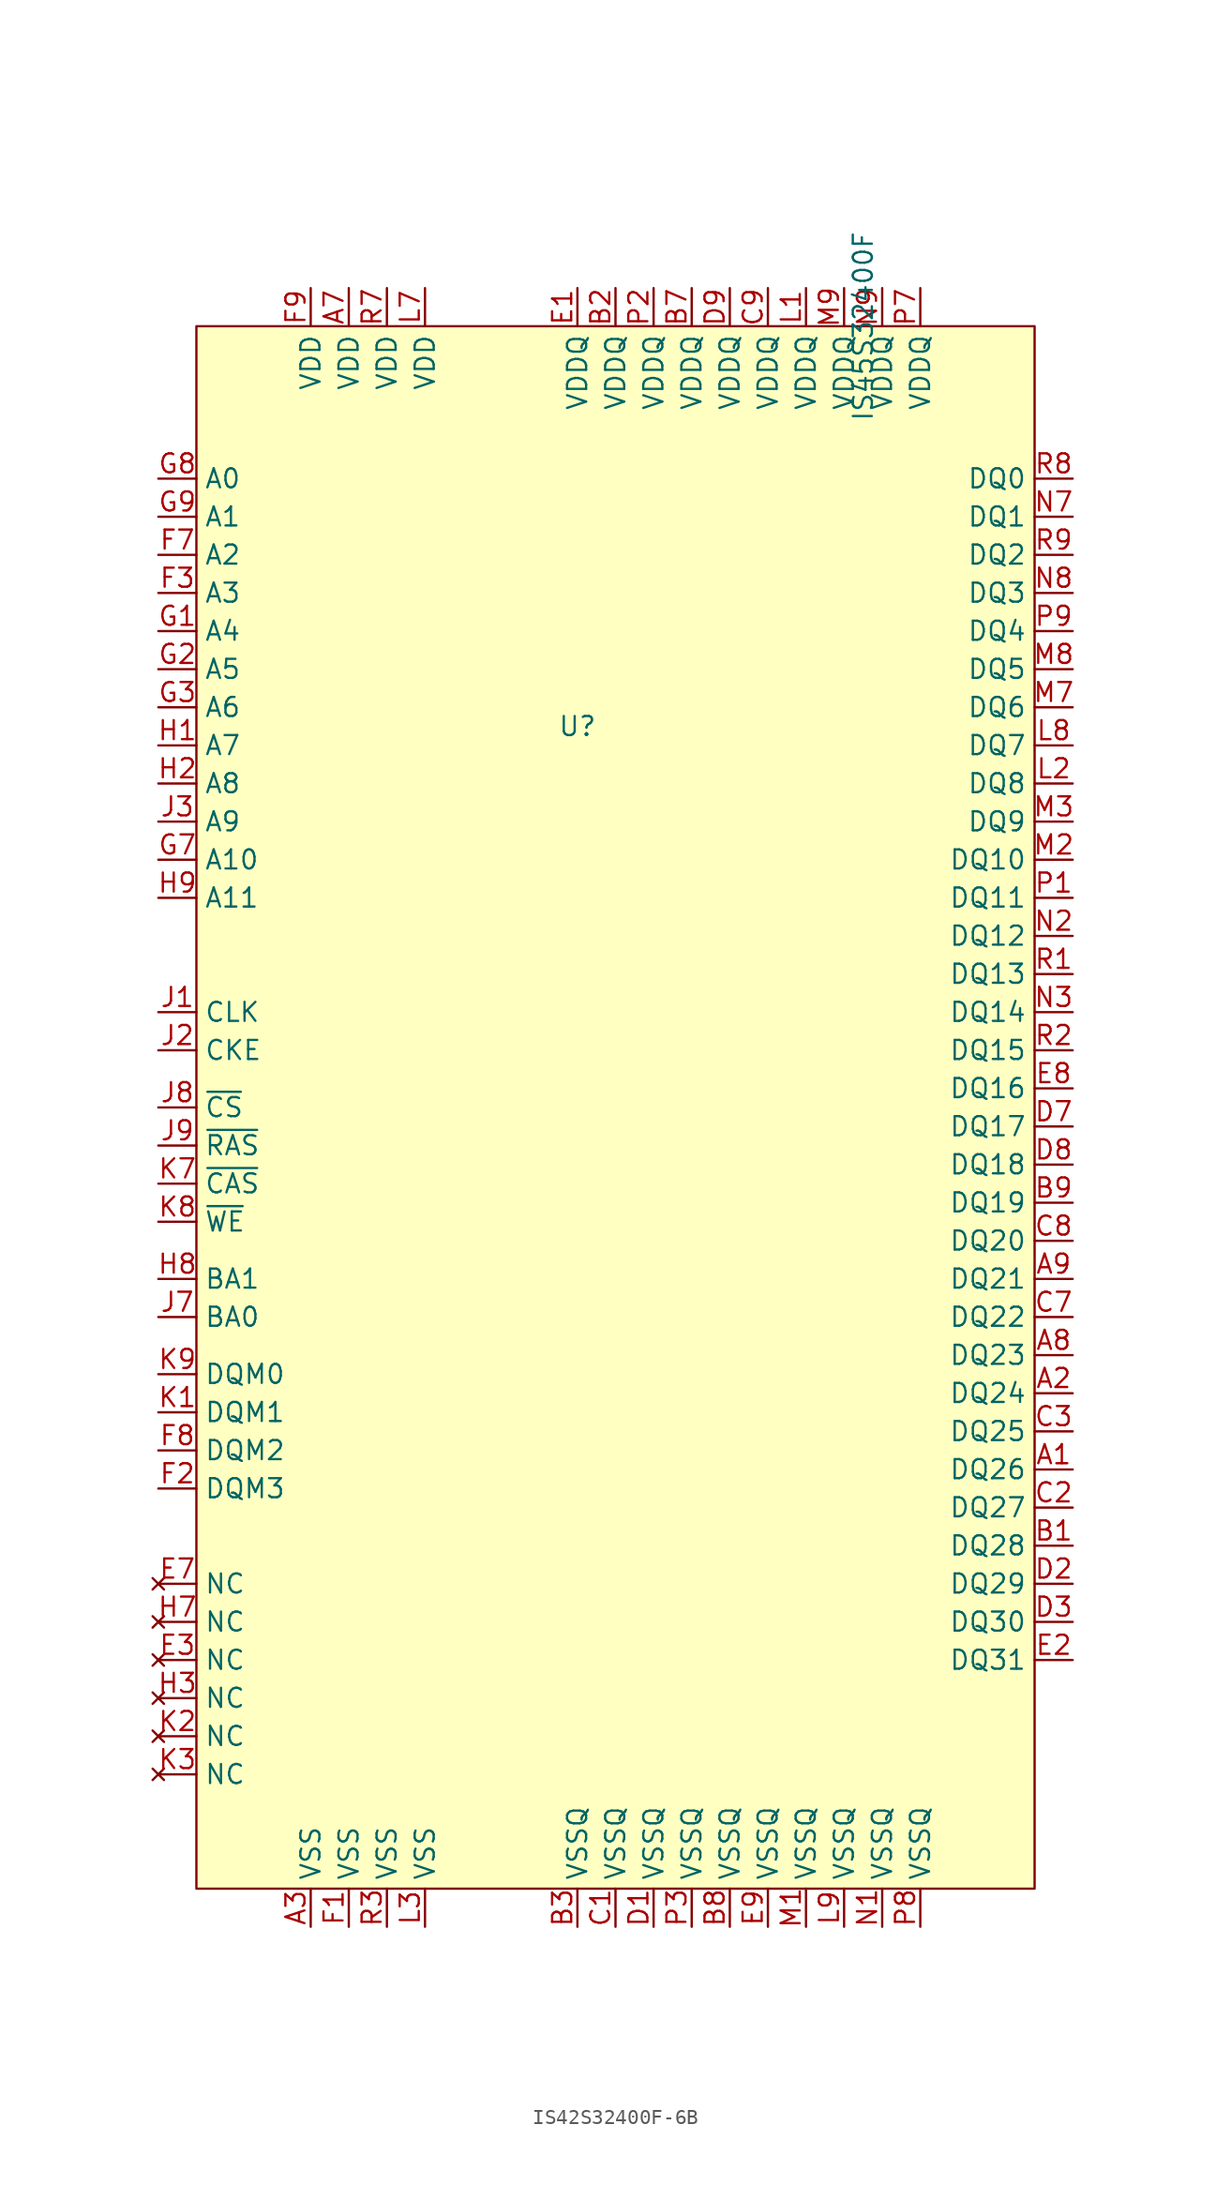
<source format=kicad_sym>
(kicad_symbol_lib
  (version 20220914)
  (generator kicad_symbol_editor)
  (symbol "IS42S32400F-6B"
    (property "Reference" "U"
      (at 27.94 -16.51 0)
      (effects (font (size 1.27 1.27))))
    (property "Value" "IS45S32400F"
      (at 46.99 10.16 90)
      (effects (font (size 1.27 1.27))))
    (symbol "IS42S32400F-6B_0_0"
      (pin bidirectional line (at 60.96 -66.04 180) (length 2.54) (name "DQ26" (effects (font (size 1.27 1.27)))) (number "A1" (effects (font (size 1.27 1.27)))))
      (pin bidirectional line (at 60.96 -60.96 180) (length 2.54) (name "DQ24" (effects (font (size 1.27 1.27)))) (number "A2" (effects (font (size 1.27 1.27)))))
      (pin passive line (at 10.16 -96.52 90) (length 2.54) (name "VSS" (effects (font (size 1.27 1.27)))) (number "A3" (effects (font (size 1.27 1.27)))))
      (pin power_in line (at 12.7 12.7 270) (length 2.54) (name "VDD" (effects (font (size 1.27 1.27)))) (number "A7" (effects (font (size 1.27 1.27)))))
      (pin bidirectional line (at 60.96 -58.42 180) (length 2.54) (name "DQ23" (effects (font (size 1.27 1.27)))) (number "A8" (effects (font (size 1.27 1.27)))))
      (pin bidirectional line (at 60.96 -53.34 180) (length 2.54) (name "DQ21" (effects (font (size 1.27 1.27)))) (number "A9" (effects (font (size 1.27 1.27)))))
      (pin bidirectional line (at 60.96 -71.12 180) (length 2.54) (name "DQ28" (effects (font (size 1.27 1.27)))) (number "B1" (effects (font (size 1.27 1.27)))))
      (pin power_in line (at 30.48 12.7 270) (length 2.54) (name "VDDQ" (effects (font (size 1.27 1.27)))) (number "B2" (effects (font (size 1.27 1.27)))))
      (pin passive line (at 27.94 -96.52 90) (length 2.54) (name "VSSQ" (effects (font (size 1.27 1.27)))) (number "B3" (effects (font (size 1.27 1.27)))))
      (pin power_in line (at 35.56 12.7 270) (length 2.54) (name "VDDQ" (effects (font (size 1.27 1.27)))) (number "B7" (effects (font (size 1.27 1.27)))))
      (pin passive line (at 38.1 -96.52 90) (length 2.54) (name "VSSQ" (effects (font (size 1.27 1.27)))) (number "B8" (effects (font (size 1.27 1.27)))))
      (pin bidirectional line (at 60.96 -48.26 180) (length 2.54) (name "DQ19" (effects (font (size 1.27 1.27)))) (number "B9" (effects (font (size 1.27 1.27)))))
      (pin passive line (at 30.48 -96.52 90) (length 2.54) (name "VSSQ" (effects (font (size 1.27 1.27)))) (number "C1" (effects (font (size 1.27 1.27)))))
      (pin bidirectional line (at 60.96 -68.58 180) (length 2.54) (name "DQ27" (effects (font (size 1.27 1.27)))) (number "C2" (effects (font (size 1.27 1.27)))))
      (pin bidirectional line (at 60.96 -63.5 180) (length 2.54) (name "DQ25" (effects (font (size 1.27 1.27)))) (number "C3" (effects (font (size 1.27 1.27)))))
      (pin bidirectional line (at 60.96 -55.88 180) (length 2.54) (name "DQ22" (effects (font (size 1.27 1.27)))) (number "C7" (effects (font (size 1.27 1.27)))))
      (pin bidirectional line (at 60.96 -50.8 180) (length 2.54) (name "DQ20" (effects (font (size 1.27 1.27)))) (number "C8" (effects (font (size 1.27 1.27)))))
      (pin power_in line (at 40.64 12.7 270) (length 2.54) (name "VDDQ" (effects (font (size 1.27 1.27)))) (number "C9" (effects (font (size 1.27 1.27)))))
      (pin passive line (at 33.02 -96.52 90) (length 2.54) (name "VSSQ" (effects (font (size 1.27 1.27)))) (number "D1" (effects (font (size 1.27 1.27)))))
      (pin bidirectional line (at 60.96 -73.66 180) (length 2.54) (name "DQ29" (effects (font (size 1.27 1.27)))) (number "D2" (effects (font (size 1.27 1.27)))))
      (pin bidirectional line (at 60.96 -76.2 180) (length 2.54) (name "DQ30" (effects (font (size 1.27 1.27)))) (number "D3" (effects (font (size 1.27 1.27)))))
      (pin bidirectional line (at 60.96 -43.18 180) (length 2.54) (name "DQ17" (effects (font (size 1.27 1.27)))) (number "D7" (effects (font (size 1.27 1.27)))))
      (pin bidirectional line (at 60.96 -45.72 180) (length 2.54) (name "DQ18" (effects (font (size 1.27 1.27)))) (number "D8" (effects (font (size 1.27 1.27)))))
      (pin power_in line (at 38.1 12.7 270) (length 2.54) (name "VDDQ" (effects (font (size 1.27 1.27)))) (number "D9" (effects (font (size 1.27 1.27)))))
      (pin power_in line (at 27.94 12.7 270) (length 2.54) (name "VDDQ" (effects (font (size 1.27 1.27)))) (number "E1" (effects (font (size 1.27 1.27)))))
      (pin bidirectional line (at 60.96 -78.74 180) (length 2.54) (name "DQ31" (effects (font (size 1.27 1.27)))) (number "E2" (effects (font (size 1.27 1.27)))))
      (pin no_connect line (at 0 -78.74 0) (length 2.54) (name "NC" (effects (font (size 1.27 1.27)))) (number "E3" (effects (font (size 1.27 1.27)))))
      (pin no_connect line (at 0 -73.66 0) (length 2.54) (name "NC" (effects (font (size 1.27 1.27)))) (number "E7" (effects (font (size 1.27 1.27)))))
      (pin bidirectional line (at 60.96 -40.64 180) (length 2.54) (name "DQ16" (effects (font (size 1.27 1.27)))) (number "E8" (effects (font (size 1.27 1.27)))))
      (pin passive line (at 40.64 -96.52 90) (length 2.54) (name "VSSQ" (effects (font (size 1.27 1.27)))) (number "E9" (effects (font (size 1.27 1.27)))))
      (pin passive line (at 12.7 -96.52 90) (length 2.54) (name "VSS" (effects (font (size 1.27 1.27)))) (number "F1" (effects (font (size 1.27 1.27)))))
      (pin input line (at 0 -67.31 0) (length 2.54) (name "DQM3" (effects (font (size 1.27 1.27)))) (number "F2" (effects (font (size 1.27 1.27)))))
      (pin input line (at 0 -7.62 0) (length 2.54) (name "A3" (effects (font (size 1.27 1.27)))) (number "F3" (effects (font (size 1.27 1.27)))))
      (pin input line (at 0 -5.08 0) (length 2.54) (name "A2" (effects (font (size 1.27 1.27)))) (number "F7" (effects (font (size 1.27 1.27)))))
      (pin input line (at 0 -64.77 0) (length 2.54) (name "DQM2" (effects (font (size 1.27 1.27)))) (number "F8" (effects (font (size 1.27 1.27)))))
      (pin power_in line (at 10.16 12.7 270) (length 2.54) (name "VDD" (effects (font (size 1.27 1.27)))) (number "F9" (effects (font (size 1.27 1.27)))))
      (pin input line (at 0 -10.16 0) (length 2.54) (name "A4" (effects (font (size 1.27 1.27)))) (number "G1" (effects (font (size 1.27 1.27)))))
      (pin input line (at 0 -12.7 0) (length 2.54) (name "A5" (effects (font (size 1.27 1.27)))) (number "G2" (effects (font (size 1.27 1.27)))))
      (pin input line (at 0 -15.24 0) (length 2.54) (name "A6" (effects (font (size 1.27 1.27)))) (number "G3" (effects (font (size 1.27 1.27)))))
      (pin input line (at 0 -25.4 0) (length 2.54) (name "A10" (effects (font (size 1.27 1.27)))) (number "G7" (effects (font (size 1.27 1.27)))))
      (pin input line (at 0 0 0) (length 2.54) (name "A0" (effects (font (size 1.27 1.27)))) (number "G8" (effects (font (size 1.27 1.27)))))
      (pin input line (at 0 -2.54 0) (length 2.54) (name "A1" (effects (font (size 1.27 1.27)))) (number "G9" (effects (font (size 1.27 1.27)))))
      (pin input line (at 0 -17.78 0) (length 2.54) (name "A7" (effects (font (size 1.27 1.27)))) (number "H1" (effects (font (size 1.27 1.27)))))
      (pin input line (at 0 -20.32 0) (length 2.54) (name "A8" (effects (font (size 1.27 1.27)))) (number "H2" (effects (font (size 1.27 1.27)))))
      (pin no_connect line (at 0 -81.28 0) (length 2.54) (name "NC" (effects (font (size 1.27 1.27)))) (number "H3" (effects (font (size 1.27 1.27)))))
      (pin no_connect line (at 0 -76.2 0) (length 2.54) (name "NC" (effects (font (size 1.27 1.27)))) (number "H7" (effects (font (size 1.27 1.27)))))
      (pin input line (at 0 -53.34 0) (length 2.54) (name "BA1" (effects (font (size 1.27 1.27)))) (number "H8" (effects (font (size 1.27 1.27)))))
      (pin input line (at 0 -27.94 0) (length 2.54) (name "A11" (effects (font (size 1.27 1.27)))) (number "H9" (effects (font (size 1.27 1.27)))))
      (pin input line (at 0 -35.56 0) (length 2.54) (name "CLK" (effects (font (size 1.27 1.27)))) (number "J1" (effects (font (size 1.27 1.27)))))
      (pin input line (at 0 -38.1 0) (length 2.54) (name "CKE" (effects (font (size 1.27 1.27)))) (number "J2" (effects (font (size 1.27 1.27)))))
      (pin input line (at 0 -22.86 0) (length 2.54) (name "A9" (effects (font (size 1.27 1.27)))) (number "J3" (effects (font (size 1.27 1.27)))))
      (pin input line (at 0 -55.88 0) (length 2.54) (name "BA0" (effects (font (size 1.27 1.27)))) (number "J7" (effects (font (size 1.27 1.27)))))
      (pin input line (at 0 -41.91 0) (length 2.54) (name "~{CS}" (effects (font (size 1.27 1.27)))) (number "J8" (effects (font (size 1.27 1.27)))))
      (pin input line (at 0 -44.45 0) (length 2.54) (name "~{RAS}" (effects (font (size 1.27 1.27)))) (number "J9" (effects (font (size 1.27 1.27)))))
      (pin input line (at 0 -62.23 0) (length 2.54) (name "DQM1" (effects (font (size 1.27 1.27)))) (number "K1" (effects (font (size 1.27 1.27)))))
      (pin no_connect line (at 0 -83.82 0) (length 2.54) (name "NC" (effects (font (size 1.27 1.27)))) (number "K2" (effects (font (size 1.27 1.27)))))
      (pin no_connect line (at 0 -86.36 0) (length 2.54) (name "NC" (effects (font (size 1.27 1.27)))) (number "K3" (effects (font (size 1.27 1.27)))))
      (pin input line (at 0 -46.99 0) (length 2.54) (name "~{CAS}" (effects (font (size 1.27 1.27)))) (number "K7" (effects (font (size 1.27 1.27)))))
      (pin input line (at 0 -49.53 0) (length 2.54) (name "~{WE}" (effects (font (size 1.27 1.27)))) (number "K8" (effects (font (size 1.27 1.27)))))
      (pin input line (at 0 -59.69 0) (length 2.54) (name "DQM0" (effects (font (size 1.27 1.27)))) (number "K9" (effects (font (size 1.27 1.27)))))
      (pin power_in line (at 43.18 12.7 270) (length 2.54) (name "VDDQ" (effects (font (size 1.27 1.27)))) (number "L1" (effects (font (size 1.27 1.27)))))
      (pin bidirectional line (at 60.96 -20.32 180) (length 2.54) (name "DQ8" (effects (font (size 1.27 1.27)))) (number "L2" (effects (font (size 1.27 1.27)))))
      (pin passive line (at 17.78 -96.52 90) (length 2.54) (name "VSS" (effects (font (size 1.27 1.27)))) (number "L3" (effects (font (size 1.27 1.27)))))
      (pin power_in line (at 17.78 12.7 270) (length 2.54) (name "VDD" (effects (font (size 1.27 1.27)))) (number "L7" (effects (font (size 1.27 1.27)))))
      (pin bidirectional line (at 60.96 -17.78 180) (length 2.54) (name "DQ7" (effects (font (size 1.27 1.27)))) (number "L8" (effects (font (size 1.27 1.27)))))
      (pin passive line (at 45.72 -96.52 90) (length 2.54) (name "VSSQ" (effects (font (size 1.27 1.27)))) (number "L9" (effects (font (size 1.27 1.27)))))
      (pin passive line (at 43.18 -96.52 90) (length 2.54) (name "VSSQ" (effects (font (size 1.27 1.27)))) (number "M1" (effects (font (size 1.27 1.27)))))
      (pin bidirectional line (at 60.96 -25.4 180) (length 2.54) (name "DQ10" (effects (font (size 1.27 1.27)))) (number "M2" (effects (font (size 1.27 1.27)))))
      (pin bidirectional line (at 60.96 -22.86 180) (length 2.54) (name "DQ9" (effects (font (size 1.27 1.27)))) (number "M3" (effects (font (size 1.27 1.27)))))
      (pin bidirectional line (at 60.96 -15.24 180) (length 2.54) (name "DQ6" (effects (font (size 1.27 1.27)))) (number "M7" (effects (font (size 1.27 1.27)))))
      (pin bidirectional line (at 60.96 -12.7 180) (length 2.54) (name "DQ5" (effects (font (size 1.27 1.27)))) (number "M8" (effects (font (size 1.27 1.27)))))
      (pin power_in line (at 45.72 12.7 270) (length 2.54) (name "VDDQ" (effects (font (size 1.27 1.27)))) (number "M9" (effects (font (size 1.27 1.27)))))
      (pin passive line (at 48.26 -96.52 90) (length 2.54) (name "VSSQ" (effects (font (size 1.27 1.27)))) (number "N1" (effects (font (size 1.27 1.27)))))
      (pin bidirectional line (at 60.96 -30.48 180) (length 2.54) (name "DQ12" (effects (font (size 1.27 1.27)))) (number "N2" (effects (font (size 1.27 1.27)))))
      (pin bidirectional line (at 60.96 -35.56 180) (length 2.54) (name "DQ14" (effects (font (size 1.27 1.27)))) (number "N3" (effects (font (size 1.27 1.27)))))
      (pin bidirectional line (at 60.96 -2.54 180) (length 2.54) (name "DQ1" (effects (font (size 1.27 1.27)))) (number "N7" (effects (font (size 1.27 1.27)))))
      (pin bidirectional line (at 60.96 -7.62 180) (length 2.54) (name "DQ3" (effects (font (size 1.27 1.27)))) (number "N8" (effects (font (size 1.27 1.27)))))
      (pin power_in line (at 48.26 12.7 270) (length 2.54) (name "VDDQ" (effects (font (size 1.27 1.27)))) (number "N9" (effects (font (size 1.27 1.27)))))
      (pin bidirectional line (at 60.96 -27.94 180) (length 2.54) (name "DQ11" (effects (font (size 1.27 1.27)))) (number "P1" (effects (font (size 1.27 1.27)))))
      (pin power_in line (at 33.02 12.7 270) (length 2.54) (name "VDDQ" (effects (font (size 1.27 1.27)))) (number "P2" (effects (font (size 1.27 1.27)))))
      (pin passive line (at 35.56 -96.52 90) (length 2.54) (name "VSSQ" (effects (font (size 1.27 1.27)))) (number "P3" (effects (font (size 1.27 1.27)))))
      (pin power_in line (at 50.8 12.7 270) (length 2.54) (name "VDDQ" (effects (font (size 1.27 1.27)))) (number "P7" (effects (font (size 1.27 1.27)))))
      (pin passive line (at 50.8 -96.52 90) (length 2.54) (name "VSSQ" (effects (font (size 1.27 1.27)))) (number "P8" (effects (font (size 1.27 1.27)))))
      (pin bidirectional line (at 60.96 -10.16 180) (length 2.54) (name "DQ4" (effects (font (size 1.27 1.27)))) (number "P9" (effects (font (size 1.27 1.27)))))
      (pin bidirectional line (at 60.96 -33.02 180) (length 2.54) (name "DQ13" (effects (font (size 1.27 1.27)))) (number "R1" (effects (font (size 1.27 1.27)))))
      (pin bidirectional line (at 60.96 -38.1 180) (length 2.54) (name "DQ15" (effects (font (size 1.27 1.27)))) (number "R2" (effects (font (size 1.27 1.27)))))
      (pin passive line (at 15.24 -96.52 90) (length 2.54) (name "VSS" (effects (font (size 1.27 1.27)))) (number "R3" (effects (font (size 1.27 1.27)))))
      (pin power_in line (at 15.24 12.7 270) (length 2.54) (name "VDD" (effects (font (size 1.27 1.27)))) (number "R7" (effects (font (size 1.27 1.27)))))
      (pin bidirectional line (at 60.96 0 180) (length 2.54) (name "DQ0" (effects (font (size 1.27 1.27)))) (number "R8" (effects (font (size 1.27 1.27)))))
      (pin bidirectional line (at 60.96 -5.08 180) (length 2.54) (name "DQ2" (effects (font (size 1.27 1.27)))) (number "R9" (effects (font (size 1.27 1.27))))))
    (symbol "IS42S32400F-6B_1_1"
      (rectangle (start 2.54 10.16) (end 58.42 -93.98) (stroke (width 0) (type default)) (fill (type background))))))
</source>
